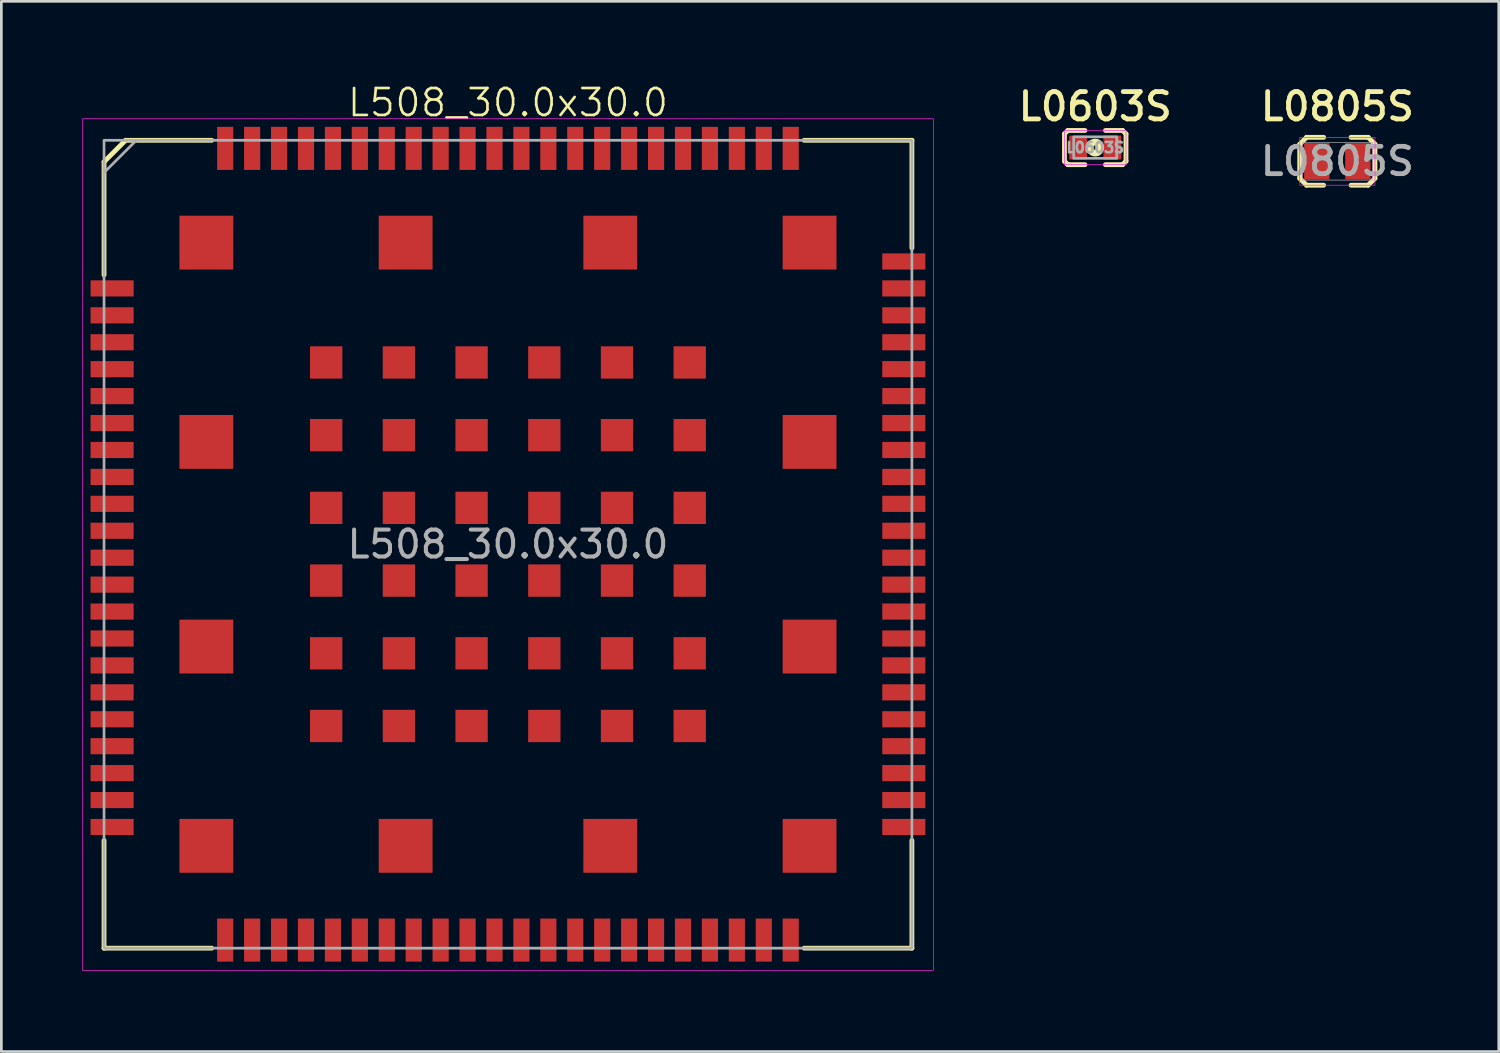
<source format=kicad_pcb>
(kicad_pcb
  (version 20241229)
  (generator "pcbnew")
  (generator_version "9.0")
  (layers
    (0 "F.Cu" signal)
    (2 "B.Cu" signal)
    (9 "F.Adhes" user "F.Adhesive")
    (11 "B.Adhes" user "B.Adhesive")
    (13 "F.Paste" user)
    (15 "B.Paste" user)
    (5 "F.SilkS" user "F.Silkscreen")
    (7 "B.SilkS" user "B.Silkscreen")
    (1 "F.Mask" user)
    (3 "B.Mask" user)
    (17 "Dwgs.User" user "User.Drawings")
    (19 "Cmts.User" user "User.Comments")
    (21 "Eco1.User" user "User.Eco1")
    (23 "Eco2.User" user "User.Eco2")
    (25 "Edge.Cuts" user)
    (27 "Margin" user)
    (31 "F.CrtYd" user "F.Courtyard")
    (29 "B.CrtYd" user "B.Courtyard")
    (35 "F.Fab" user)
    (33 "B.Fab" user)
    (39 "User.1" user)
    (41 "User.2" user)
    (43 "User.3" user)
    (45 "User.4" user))
  (footprint "L508_30.0x30.0"
    (layer "F.Cu")
    (at 15.813 17.16)
    (property "Reference" "L508_30.0x30.0" (at 0 -16.4 0) (unlocked yes) (layer "F.SilkS") (effects (font (size 1 1) (thickness 0.1))))
    (attr smd)
    (fp_line (start -15 -14.2) (end -14.2 -15) (stroke (width 0.178) (type default)) (layer "F.SilkS"))
    (fp_line (start -15 -10) (end -15 -14.2) (stroke (width 0.178) (type default)) (layer "F.SilkS"))
    (fp_line (start -15 15) (end -15 11) (stroke (width 0.178) (type default)) (layer "F.SilkS"))
    (fp_line (start -14.2 -15) (end -11 -15) (stroke (width 0.178) (type default)) (layer "F.SilkS"))
    (fp_line (start -11 15) (end -15 15) (stroke (width 0.178) (type default)) (layer "F.SilkS"))
    (fp_line (start 11 -15) (end 15 -15) (stroke (width 0.178) (type default)) (layer "F.SilkS"))
    (fp_line (start 15 -15) (end 15 -11) (stroke (width 0.178) (type default)) (layer "F.SilkS"))
    (fp_line (start 15 11) (end 15 15) (stroke (width 0.178) (type default)) (layer "F.SilkS"))
    (fp_line (start 15 15) (end 11 15) (stroke (width 0.178) (type default)) (layer "F.SilkS"))
    (fp_rect (start -15.8 -15.8) (end 15.8 15.825) (stroke (width 0.025) (type default)) (fill no) (layer "F.CrtYd"))
    (fp_line (start -15 -13.8) (end -13.8 -15) (stroke (width 0.1) (type default)) (layer "F.Fab"))
    (fp_rect (start -15 -15) (end 15 15) (stroke (width 0.1) (type default)) (fill no) (layer "F.Fab"))
    (fp_text user "${REFERENCE}" (at 0 0 0) (unlocked yes) (layer "F.Fab") (effects (font (size 1 1) (thickness 0.15))))
    (pad "1" smd rect (at -14.7 -9.5) (size 1.6 0.6) (layers "F.Cu" "F.Mask" "F.Paste"))
    (pad "2" smd rect (at -14.7 -8.5) (size 1.6 0.6) (layers "F.Cu" "F.Mask" "F.Paste"))
    (pad "3" smd rect (at -14.7 -7.5) (size 1.6 0.6) (layers "F.Cu" "F.Mask" "F.Paste"))
    (pad "4" smd rect (at -14.7 -6.5) (size 1.6 0.6) (layers "F.Cu" "F.Mask" "F.Paste"))
    (pad "5" smd rect (at -14.7 -5.5) (size 1.6 0.6) (layers "F.Cu" "F.Mask" "F.Paste"))
    (pad "6" smd rect (at -14.7 -4.5) (size 1.6 0.6) (layers "F.Cu" "F.Mask" "F.Paste"))
    (pad "7" smd rect (at -14.7 -3.5) (size 1.6 0.6) (layers "F.Cu" "F.Mask" "F.Paste"))
    (pad "8" smd rect (at -14.7 -2.5) (size 1.6 0.6) (layers "F.Cu" "F.Mask" "F.Paste"))
    (pad "9" smd rect (at -14.7 -1.5) (size 1.6 0.6) (layers "F.Cu" "F.Mask" "F.Paste"))
    (pad "10" smd rect (at -14.7 -0.5) (size 1.6 0.6) (layers "F.Cu" "F.Mask" "F.Paste"))
    (pad "11" smd rect (at -14.7 0.5) (size 1.6 0.6) (layers "F.Cu" "F.Mask" "F.Paste"))
    (pad "12" smd rect (at -14.7 1.5) (size 1.6 0.6) (layers "F.Cu" "F.Mask" "F.Paste"))
    (pad "13" smd rect (at -14.7 2.5) (size 1.6 0.6) (layers "F.Cu" "F.Mask" "F.Paste"))
    (pad "14" smd rect (at -14.7 3.5) (size 1.6 0.6) (layers "F.Cu" "F.Mask" "F.Paste"))
    (pad "15" smd rect (at -14.7 4.5) (size 1.6 0.6) (layers "F.Cu" "F.Mask" "F.Paste"))
    (pad "16" smd rect (at -14.7 5.5) (size 1.6 0.6) (layers "F.Cu" "F.Mask" "F.Paste"))
    (pad "17" smd rect (at -14.7 6.5) (size 1.6 0.6) (layers "F.Cu" "F.Mask" "F.Paste"))
    (pad "18" smd rect (at -14.7 7.5) (size 1.6 0.6) (layers "F.Cu" "F.Mask" "F.Paste"))
    (pad "19" smd rect (at -14.7 8.5) (size 1.6 0.6) (layers "F.Cu" "F.Mask" "F.Paste"))
    (pad "20" smd rect (at -14.7 9.5) (size 1.6 0.6) (layers "F.Cu" "F.Mask" "F.Paste"))
    (pad "21" smd rect (at -9.5 14.7) (size 0.6 1.6) (layers "F.Cu" "F.Mask" "F.Paste"))
    (pad "22" smd rect (at -8.5 14.7) (size 0.6 1.6) (layers "F.Cu" "F.Mask" "F.Paste"))
    (pad "23" smd rect (at -7.5 14.7) (size 0.6 1.6) (layers "F.Cu" "F.Mask" "F.Paste"))
    (pad "24" smd rect (at -6.5 14.7) (size 0.6 1.6) (layers "F.Cu" "F.Mask" "F.Paste"))
    (pad "25" smd rect (at -5.5 14.7) (size 0.6 1.6) (layers "F.Cu" "F.Mask" "F.Paste"))
    (pad "26" smd rect (at -4.5 14.7) (size 0.6 1.6) (layers "F.Cu" "F.Mask" "F.Paste"))
    (pad "27" smd rect (at -3.5 14.7) (size 0.6 1.6) (layers "F.Cu" "F.Mask" "F.Paste"))
    (pad "28" smd rect (at -2.5 14.7) (size 0.6 1.6) (layers "F.Cu" "F.Mask" "F.Paste"))
    (pad "29" smd rect (at -1.5 14.7) (size 0.6 1.6) (layers "F.Cu" "F.Mask" "F.Paste"))
    (pad "30" smd rect (at -0.5 14.7) (size 0.6 1.6) (layers "F.Cu" "F.Mask" "F.Paste"))
    (pad "31" smd rect (at 0.5 14.7) (size 0.6 1.6) (layers "F.Cu" "F.Mask" "F.Paste"))
    (pad "32" smd rect (at 1.5 14.7) (size 0.6 1.6) (layers "F.Cu" "F.Mask" "F.Paste"))
    (pad "33" smd rect (at 2.5 14.7) (size 0.6 1.6) (layers "F.Cu" "F.Mask" "F.Paste"))
    (pad "34" smd rect (at 3.5 14.7) (size 0.6 1.6) (layers "F.Cu" "F.Mask" "F.Paste"))
    (pad "35" smd rect (at 4.5 14.7) (size 0.6 1.6) (layers "F.Cu" "F.Mask" "F.Paste"))
    (pad "36" smd rect (at 5.5 14.7) (size 0.6 1.6) (layers "F.Cu" "F.Mask" "F.Paste"))
    (pad "37" smd rect (at 6.5 14.7) (size 0.6 1.6) (layers "F.Cu" "F.Mask" "F.Paste"))
    (pad "38" smd rect (at 7.5 14.7) (size 0.6 1.6) (layers "F.Cu" "F.Mask" "F.Paste"))
    (pad "39" smd rect (at 8.5 14.7) (size 0.6 1.6) (layers "F.Cu" "F.Mask" "F.Paste"))
    (pad "40" smd rect (at 9.5 14.7) (size 0.6 1.6) (layers "F.Cu" "F.Mask" "F.Paste"))
    (pad "41" smd rect (at 14.7 9.5) (size 1.6 0.6) (layers "F.Cu" "F.Mask" "F.Paste"))
    (pad "42" smd rect (at 14.7 8.5) (size 1.6 0.6) (layers "F.Cu" "F.Mask" "F.Paste"))
    (pad "43" smd rect (at 14.7 7.5) (size 1.6 0.6) (layers "F.Cu" "F.Mask" "F.Paste"))
    (pad "44" smd rect (at 14.7 6.5) (size 1.6 0.6) (layers "F.Cu" "F.Mask" "F.Paste"))
    (pad "45" smd rect (at 14.7 5.5) (size 1.6 0.6) (layers "F.Cu" "F.Mask" "F.Paste"))
    (pad "46" smd rect (at 14.7 4.5) (size 1.6 0.6) (layers "F.Cu" "F.Mask" "F.Paste"))
    (pad "47" smd rect (at 14.7 3.5) (size 1.6 0.6) (layers "F.Cu" "F.Mask" "F.Paste"))
    (pad "48" smd rect (at 14.7 2.5) (size 1.6 0.6) (layers "F.Cu" "F.Mask" "F.Paste"))
    (pad "49" smd rect (at 14.7 1.5) (size 1.6 0.6) (layers "F.Cu" "F.Mask" "F.Paste"))
    (pad "50" smd rect (at 14.7 0.5) (size 1.6 0.6) (layers "F.Cu" "F.Mask" "F.Paste"))
    (pad "51" smd rect (at 14.7 -0.5) (size 1.6 0.6) (layers "F.Cu" "F.Mask" "F.Paste"))
    (pad "52" smd rect (at 14.7 -1.5) (size 1.6 0.6) (layers "F.Cu" "F.Mask" "F.Paste"))
    (pad "53" smd rect (at 14.7 -2.5) (size 1.6 0.6) (layers "F.Cu" "F.Mask" "F.Paste"))
    (pad "54" smd rect (at 14.7 -3.5) (size 1.6 0.6) (layers "F.Cu" "F.Mask" "F.Paste"))
    (pad "55" smd rect (at 14.7 -4.5) (size 1.6 0.6) (layers "F.Cu" "F.Mask" "F.Paste"))
    (pad "56" smd rect (at 14.7 -5.5) (size 1.6 0.6) (layers "F.Cu" "F.Mask" "F.Paste"))
    (pad "57" smd rect (at 14.7 -6.5) (size 1.6 0.6) (layers "F.Cu" "F.Mask" "F.Paste"))
    (pad "58" smd rect (at 14.7 -7.5) (size 1.6 0.6) (layers "F.Cu" "F.Mask" "F.Paste"))
    (pad "59" smd rect (at 14.7 -8.5) (size 1.6 0.6) (layers "F.Cu" "F.Mask" "F.Paste"))
    (pad "60" smd rect (at 14.7 -9.5) (size 1.6 0.6) (layers "F.Cu" "F.Mask" "F.Paste"))
    (pad "61" smd rect (at 9.5 -14.7) (size 0.6 1.6) (layers "F.Cu" "F.Mask" "F.Paste"))
    (pad "62" smd rect (at 8.5 -14.7) (size 0.6 1.6) (layers "F.Cu" "F.Mask" "F.Paste"))
    (pad "63" smd rect (at 7.5 -14.7) (size 0.6 1.6) (layers "F.Cu" "F.Mask" "F.Paste"))
    (pad "64" smd rect (at 6.5 -14.7) (size 0.6 1.6) (layers "F.Cu" "F.Mask" "F.Paste"))
    (pad "65" smd rect (at 5.5 -14.7) (size 0.6 1.6) (layers "F.Cu" "F.Mask" "F.Paste"))
    (pad "66" smd rect (at 4.5 -14.7) (size 0.6 1.6) (layers "F.Cu" "F.Mask" "F.Paste"))
    (pad "67" smd rect (at 3.5 -14.7) (size 0.6 1.6) (layers "F.Cu" "F.Mask" "F.Paste"))
    (pad "68" smd rect (at 2.5 -14.7) (size 0.6 1.6) (layers "F.Cu" "F.Mask" "F.Paste"))
    (pad "69" smd rect (at 1.5 -14.7) (size 0.6 1.6) (layers "F.Cu" "F.Mask" "F.Paste"))
    (pad "70" smd rect (at 0.5 -14.7) (size 0.6 1.6) (layers "F.Cu" "F.Mask" "F.Paste"))
    (pad "71" smd rect (at -0.5 -14.7) (size 0.6 1.6) (layers "F.Cu" "F.Mask" "F.Paste"))
    (pad "72" smd rect (at -1.5 -14.7) (size 0.6 1.6) (layers "F.Cu" "F.Mask" "F.Paste"))
    (pad "73" smd rect (at -2.5 -14.7) (size 0.6 1.6) (layers "F.Cu" "F.Mask" "F.Paste"))
    (pad "74" smd rect (at -3.5 -14.7) (size 0.6 1.6) (layers "F.Cu" "F.Mask" "F.Paste"))
    (pad "75" smd rect (at -4.5 -14.7) (size 0.6 1.6) (layers "F.Cu" "F.Mask" "F.Paste"))
    (pad "76" smd rect (at -5.5 -14.7) (size 0.6 1.6) (layers "F.Cu" "F.Mask" "F.Paste"))
    (pad "77" smd rect (at -6.5 -14.7) (size 0.6 1.6) (layers "F.Cu" "F.Mask" "F.Paste"))
    (pad "78" smd rect (at -7.5 -14.7) (size 0.6 1.6) (layers "F.Cu" "F.Mask" "F.Paste"))
    (pad "79" smd rect (at -8.5 -14.7) (size 0.6 1.6) (layers "F.Cu" "F.Mask" "F.Paste"))
    (pad "80" smd rect (at -9.5 -14.7) (size 0.6 1.6) (layers "F.Cu" "F.Mask" "F.Paste"))
    (pad "81" smd rect (at -14.7 10.5) (size 1.6 0.6) (layers "F.Cu" "F.Mask" "F.Paste"))
    (pad "82" smd rect (at 14.7 10.5) (size 1.6 0.6) (layers "F.Cu" "F.Mask" "F.Paste"))
    (pad "83" smd rect (at 10.5 14.7) (size 0.6 1.6) (layers "F.Cu" "F.Mask" "F.Paste"))
    (pad "84" smd rect (at -10.5 14.7) (size 0.6 1.6) (layers "F.Cu" "F.Mask" "F.Paste"))
    (pad "85" smd rect (at 14.7 -10.5) (size 1.6 0.6) (layers "F.Cu" "F.Mask" "F.Paste"))
    (pad "86" smd rect (at -10.5 -14.7) (size 0.6 1.6) (layers "F.Cu" "F.Mask" "F.Paste"))
    (pad "87" smd rect (at 10.5 -14.7) (size 0.6 1.6) (layers "F.Cu" "F.Mask" "F.Paste"))
    (pad "88" smd rect (at -11.2 -11.2) (size 2 2) (layers "F.Cu" "F.Mask" "F.Paste"))
    (pad "89" smd rect (at -11.2 -3.8) (size 2 2) (layers "F.Cu" "F.Mask" "F.Paste"))
    (pad "90" smd rect (at -11.2 3.8) (size 2 2) (layers "F.Cu" "F.Mask" "F.Paste"))
    (pad "91" smd rect (at -11.2 11.2) (size 2 2) (layers "F.Cu" "F.Mask" "F.Paste"))
    (pad "92" smd rect (at -3.8 11.2) (size 2 2) (layers "F.Cu" "F.Mask" "F.Paste"))
    (pad "93" smd rect (at 3.8 11.2) (size 2 2) (layers "F.Cu" "F.Mask" "F.Paste"))
    (pad "94" smd rect (at 11.2 11.2) (size 2 2) (layers "F.Cu" "F.Mask" "F.Paste"))
    (pad "95" smd rect (at 11.2 3.8) (size 2 2) (layers "F.Cu" "F.Mask" "F.Paste"))
    (pad "96" smd rect (at 11.2 -3.8) (size 2 2) (layers "F.Cu" "F.Mask" "F.Paste"))
    (pad "97" smd rect (at 11.2 -11.2) (size 2 2) (layers "F.Cu" "F.Mask" "F.Paste"))
    (pad "98" smd rect (at 3.8 -11.2) (size 2 2) (layers "F.Cu" "F.Mask" "F.Paste"))
    (pad "99" smd rect (at -3.8 -11.2) (size 2 2) (layers "F.Cu" "F.Mask" "F.Paste"))
    (pad "100" smd rect (at -6.75 -6.75) (size 1.2 1.2) (layers "F.Cu" "F.Mask" "F.Paste"))
    (pad "101" smd rect (at -6.75 -4.05) (size 1.2 1.2) (layers "F.Cu" "F.Mask" "F.Paste"))
    (pad "102" smd rect (at -6.75 -1.35) (size 1.2 1.2) (layers "F.Cu" "F.Mask" "F.Paste"))
    (pad "103" smd rect (at -6.75 1.35) (size 1.2 1.2) (layers "F.Cu" "F.Mask" "F.Paste"))
    (pad "104" smd rect (at -6.75 4.05) (size 1.2 1.2) (layers "F.Cu" "F.Mask" "F.Paste"))
    (pad "105" smd rect (at -6.75 6.75) (size 1.2 1.2) (layers "F.Cu" "F.Mask" "F.Paste"))
    (pad "106" smd rect (at -4.05 -6.75) (size 1.2 1.2) (layers "F.Cu" "F.Mask" "F.Paste"))
    (pad "107" smd rect (at -4.05 -4.05) (size 1.2 1.2) (layers "F.Cu" "F.Mask" "F.Paste"))
    (pad "108" smd rect (at -4.05 -1.35) (size 1.2 1.2) (layers "F.Cu" "F.Mask" "F.Paste"))
    (pad "109" smd rect (at -4.05 1.35) (size 1.2 1.2) (layers "F.Cu" "F.Mask" "F.Paste"))
    (pad "110" smd rect (at -4.05 4.05) (size 1.2 1.2) (layers "F.Cu" "F.Mask" "F.Paste"))
    (pad "111" smd rect (at -4.05 6.75) (size 1.2 1.2) (layers "F.Cu" "F.Mask" "F.Paste"))
    (pad "112" smd rect (at -1.35 -6.75) (size 1.2 1.2) (layers "F.Cu" "F.Mask" "F.Paste"))
    (pad "113" smd rect (at -1.35 -4.05) (size 1.2 1.2) (layers "F.Cu" "F.Mask" "F.Paste"))
    (pad "114" smd rect (at -1.35 -1.35) (size 1.2 1.2) (layers "F.Cu" "F.Mask" "F.Paste"))
    (pad "115" smd rect (at -1.35 1.35) (size 1.2 1.2) (layers "F.Cu" "F.Mask" "F.Paste"))
    (pad "116" smd rect (at -1.35 4.05) (size 1.2 1.2) (layers "F.Cu" "F.Mask" "F.Paste"))
    (pad "117" smd rect (at -1.35 6.75) (size 1.2 1.2) (layers "F.Cu" "F.Mask" "F.Paste"))
    (pad "118" smd rect (at 1.35 -6.75) (size 1.2 1.2) (layers "F.Cu" "F.Mask" "F.Paste"))
    (pad "119" smd rect (at 1.35 -4.05) (size 1.2 1.2) (layers "F.Cu" "F.Mask" "F.Paste"))
    (pad "120" smd rect (at 1.35 -1.35) (size 1.2 1.2) (layers "F.Cu" "F.Mask" "F.Paste"))
    (pad "121" smd rect (at 1.35 1.35) (size 1.2 1.2) (layers "F.Cu" "F.Mask" "F.Paste"))
    (pad "122" smd rect (at 1.35 4.05) (size 1.2 1.2) (layers "F.Cu" "F.Mask" "F.Paste"))
    (pad "123" smd rect (at 1.35 6.75) (size 1.2 1.2) (layers "F.Cu" "F.Mask" "F.Paste"))
    (pad "124" smd rect (at 4.05 -6.75) (size 1.2 1.2) (layers "F.Cu" "F.Mask" "F.Paste"))
    (pad "125" smd rect (at 4.05 -4.05) (size 1.2 1.2) (layers "F.Cu" "F.Mask" "F.Paste"))
    (pad "126" smd rect (at 4.05 -1.35) (size 1.2 1.2) (layers "F.Cu" "F.Mask" "F.Paste"))
    (pad "127" smd rect (at 4.05 1.35) (size 1.2 1.2) (layers "F.Cu" "F.Mask" "F.Paste"))
    (pad "128" smd rect (at 4.05 4.05) (size 1.2 1.2) (layers "F.Cu" "F.Mask" "F.Paste"))
    (pad "129" smd rect (at 4.05 6.75) (size 1.2 1.2) (layers "F.Cu" "F.Mask" "F.Paste"))
    (pad "130" smd rect (at 6.75 -6.75) (size 1.2 1.2) (layers "F.Cu" "F.Mask" "F.Paste"))
    (pad "131" smd rect (at 6.75 -4.05) (size 1.2 1.2) (layers "F.Cu" "F.Mask" "F.Paste"))
    (pad "132" smd rect (at 6.75 -1.35) (size 1.2 1.2) (layers "F.Cu" "F.Mask" "F.Paste"))
    (pad "133" smd rect (at 6.75 1.35) (size 1.2 1.2) (layers "F.Cu" "F.Mask" "F.Paste"))
    (pad "134" smd rect (at 6.75 4.05) (size 1.2 1.2) (layers "F.Cu" "F.Mask" "F.Paste"))
    (pad "135" smd rect (at 6.75 6.75) (size 1.2 1.2) (layers "F.Cu" "F.Mask" "F.Paste")))
  (footprint "L0603S"
    (layer "F.Cu")
    (at 37.621 2.43)
    (property "Reference" "L0603S" (at 0 -1.524 0) (layer "F.SilkS") (effects (font (size 1.016 1.016) (thickness 0.178))))
    (attr smd)
    (fp_line (start -1.143 -0.508) (end -1.143 0.508) (stroke (width 0.178) (type solid)) (layer "F.SilkS"))
    (fp_line (start -1.143 -0.508) (end -1.016 -0.635) (stroke (width 0.178) (type solid)) (layer "F.SilkS"))
    (fp_line (start -1.143 0.508) (end -1.016 0.635) (stroke (width 0.178) (type solid)) (layer "F.SilkS"))
    (fp_line (start -1.016 0.635) (end -0.381 0.635) (stroke (width 0.178) (type solid)) (layer "F.SilkS"))
    (fp_line (start -0.381 -0.635) (end -1.016 -0.635) (stroke (width 0.178) (type solid)) (layer "F.SilkS"))
    (fp_line (start 0.381 0.635) (end 1.016 0.635) (stroke (width 0.178) (type solid)) (layer "F.SilkS"))
    (fp_line (start 1.016 -0.635) (end 0.381 -0.635) (stroke (width 0.178) (type solid)) (layer "F.SilkS"))
    (fp_line (start 1.016 -0.635) (end 1.143 -0.508) (stroke (width 0.178) (type solid)) (layer "F.SilkS"))
    (fp_line (start 1.016 0.635) (end 1.143 0.508) (stroke (width 0.178) (type solid)) (layer "F.SilkS"))
    (fp_line (start 1.143 0.508) (end 1.143 -0.508) (stroke (width 0.178) (type solid)) (layer "F.SilkS"))
    (fp_circle (center 0 0) (end 0.076 0) (stroke (width 0.254) (type solid)) (fill no) (layer "F.SilkS"))
    (fp_rect (start -1.143 -0.635) (end 1.143 0.635) (stroke (width 0.025) (type solid)) (fill no) (layer "F.CrtYd"))
    (fp_rect (start -0.8 -0.4) (end 0.8 0.4) (stroke (width 0.1) (type solid)) (fill no) (layer "F.Fab"))
    (fp_text user "${REFERENCE}" (at 0 0 0) (layer "F.Fab") (effects (font (size 0.381 0.381) (thickness 0.095))))
    (pad "1" smd rect (at -0.635 0) (size 0.66 0.889) (layers "F.Cu" "F.Mask" "F.Paste"))
    (pad "2" smd rect (at 0.635 0) (size 0.66 0.889) (layers "F.Cu" "F.Mask" "F.Paste")))
  (footprint "L0805S"
    (layer "F.Cu")
    (at 46.612 2.938)
    (property "Reference" "L0805S" (at 0 -2.032 0) (layer "F.SilkS") (effects (font (size 1.016 1.016) (thickness 0.178))))
    (attr smd)
    (fp_line (start -1.397 -0.635) (end -1.397 0.635) (stroke (width 0.178) (type solid)) (layer "F.SilkS"))
    (fp_line (start -1.397 -0.635) (end -1.143 -0.889) (stroke (width 0.178) (type solid)) (layer "F.SilkS"))
    (fp_line (start -1.397 0.635) (end -1.143 0.889) (stroke (width 0.178) (type solid)) (layer "F.SilkS"))
    (fp_line (start -1.143 -0.889) (end -0.508 -0.889) (stroke (width 0.178) (type solid)) (layer "F.SilkS"))
    (fp_line (start -1.143 0.889) (end -0.508 0.889) (stroke (width 0.178) (type solid)) (layer "F.SilkS"))
    (fp_line (start 0.508 -0.889) (end 1.143 -0.889) (stroke (width 0.178) (type solid)) (layer "F.SilkS"))
    (fp_line (start 0.508 0.889) (end 1.143 0.889) (stroke (width 0.178) (type solid)) (layer "F.SilkS"))
    (fp_line (start 1.143 -0.889) (end 1.397 -0.635) (stroke (width 0.178) (type solid)) (layer "F.SilkS"))
    (fp_line (start 1.143 0.889) (end 1.397 0.635) (stroke (width 0.178) (type solid)) (layer "F.SilkS"))
    (fp_line (start 1.397 -0.635) (end 1.397 0.635) (stroke (width 0.178) (type solid)) (layer "F.SilkS"))
    (fp_rect (start -1.397 -0.889) (end 1.397 0.889) (stroke (width 0.025) (type solid)) (fill no) (layer "F.CrtYd"))
    (fp_rect (start -1.3 -0.7) (end 1.3 0.7) (stroke (width 0.025) (type solid)) (fill no) (layer "F.Fab"))
    (fp_text user "${REFERENCE}" (at 0 0 0) (layer "F.Fab") (effects (font (size 1.016 1.016) (thickness 0.178))))
    (pad "1" smd rect (at -0.762 0) (size 0.94 1.346) (layers "F.Cu" "F.Mask" "F.Paste"))
    (pad "2" smd rect (at 0.762 0) (size 0.94 1.346) (layers "F.Cu" "F.Mask" "F.Paste")))
  (gr_rect
    (start -3 -3)
    (end 52.607 35.999)
    (stroke (width 0.1) (type default))
    (fill no)
    (layer "Edge.Cuts")))
</source>
